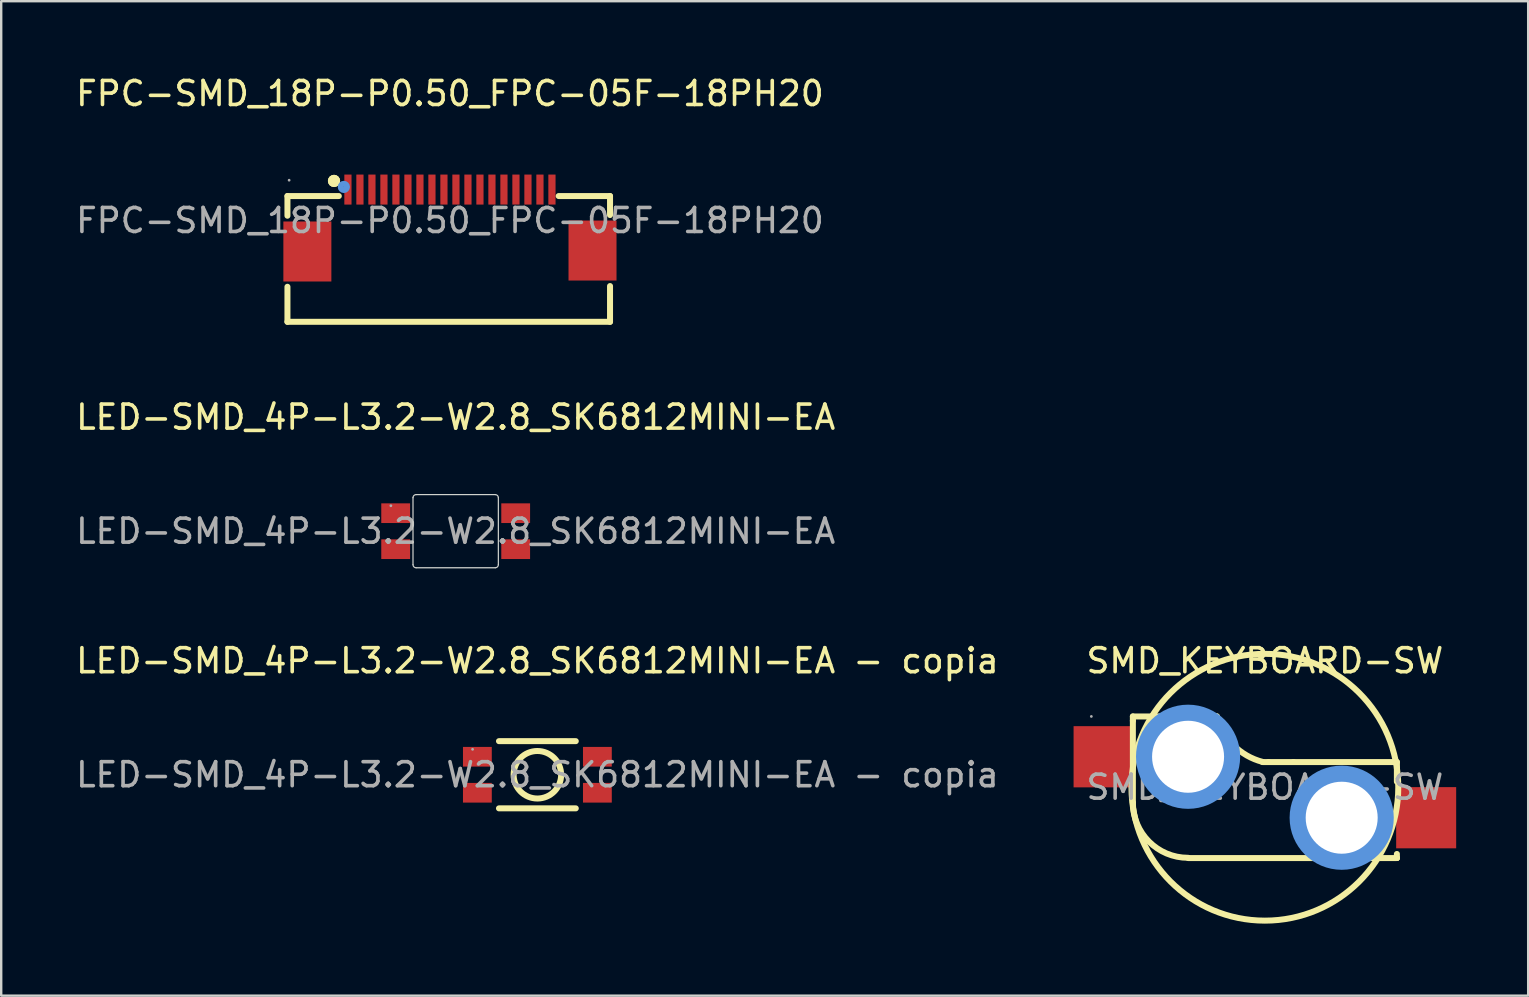
<source format=kicad_pcb>
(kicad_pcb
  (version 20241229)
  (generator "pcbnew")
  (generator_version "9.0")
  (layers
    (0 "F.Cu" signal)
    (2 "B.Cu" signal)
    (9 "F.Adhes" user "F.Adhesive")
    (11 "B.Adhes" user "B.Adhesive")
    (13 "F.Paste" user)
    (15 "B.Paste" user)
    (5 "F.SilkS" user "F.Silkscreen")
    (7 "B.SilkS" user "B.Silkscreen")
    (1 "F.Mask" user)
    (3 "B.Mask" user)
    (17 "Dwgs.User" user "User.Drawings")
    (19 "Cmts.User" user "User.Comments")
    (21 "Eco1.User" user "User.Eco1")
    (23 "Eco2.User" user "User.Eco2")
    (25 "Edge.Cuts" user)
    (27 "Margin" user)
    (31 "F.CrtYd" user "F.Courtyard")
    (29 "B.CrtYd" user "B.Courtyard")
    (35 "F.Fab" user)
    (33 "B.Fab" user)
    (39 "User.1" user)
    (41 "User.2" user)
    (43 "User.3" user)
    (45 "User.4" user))
  (footprint "LED-SMD_4P-L3.2-W2.8_SK6812MINI-EA"
    (layer "F.Cu")
    (at 15.935 19.081)
    (property "Reference" "LED-SMD_4P-L3.2-W2.8_SK6812MINI-EA" (at 0 -4.75 0) (layer "F.SilkS") (effects (font (size 1 1) (thickness 0.15))))
    (attr smd)
    (fp_line (start -1.778 -1.397) (end -1.778 1.397) (stroke (width 0.05) (type default)) (layer "Edge.Cuts"))
    (fp_line (start -1.651 -1.524) (end 1.651 -1.524) (stroke (width 0.05) (type default)) (layer "Edge.Cuts"))
    (fp_line (start -1.651 1.524) (end 1.651 1.524) (stroke (width 0.05) (type default)) (layer "Edge.Cuts"))
    (fp_line (start 1.778 -1.397) (end 1.778 1.397) (stroke (width 0.05) (type default)) (layer "Edge.Cuts"))
    (fp_arc (start -1.778 -1.397) (mid -1.740803 -1.486803) (end -1.651 -1.524) (stroke (width 0.05) (type default)) (layer "Edge.Cuts"))
    (fp_arc (start -1.651 1.524) (mid -1.740803 1.486803) (end -1.778 1.397) (stroke (width 0.05) (type default)) (layer "Edge.Cuts"))
    (fp_arc (start 1.651 -1.524) (mid 1.740803 -1.486803) (end 1.778 -1.397) (stroke (width 0.05) (type default)) (layer "Edge.Cuts"))
    (fp_arc (start 1.778 1.397) (mid 1.740803 1.486803) (end 1.651 1.524) (stroke (width 0.05) (type default)) (layer "Edge.Cuts"))
    (fp_circle (center -2.7 -1.06) (end -2.67 -1.06) (stroke (width 0.06) (type solid)) (fill no) (layer "F.Fab"))
    (fp_text user "${REFERENCE}" (at 0 0 0) (layer "F.Fab") (effects (font (size 1 1) (thickness 0.15))))
    (pad "1" smd rect (at -2.5 0.75 90) (size 0.82 1.2) (layers "F.Cu" "F.Mask" "F.Paste"))
    (pad "2" smd rect (at -2.5 -0.75 90) (size 0.82 1.2) (layers "F.Cu" "F.Mask" "F.Paste"))
    (pad "3" smd rect (at 2.5 -0.75 90) (size 0.82 1.2) (layers "F.Cu" "F.Mask" "F.Paste"))
    (pad "4" smd rect (at 2.5 0.75 90) (size 0.82 1.2) (layers "F.Cu" "F.Mask" "F.Paste")))
  (footprint "SMD_KEYBOARD-SW"
    (layer "F.Cu")
    (at 49.649 29.749)
    (property "Reference" "SMD_KEYBOARD-SW" (at 0 -5.27 0) (layer "F.SilkS") (effects (font (size 1 1) (thickness 0.15))))
    (attr smd)
    (fp_line (start -5.5 -2.95) (end -5.5 -2.77) (stroke (width 0.25) (type solid)) (layer "F.SilkS"))
    (fp_line (start -5.5 -2.95) (end -2 -2.95) (stroke (width 0.25) (type solid)) (layer "F.SilkS"))
    (fp_line (start -5.5 -2.77) (end -5.5 0.64) (stroke (width 0.25) (type solid)) (layer "F.SilkS"))
    (fp_line (start 0.15 -1.05) (end -0.1 -1.05) (stroke (width 0.25) (type solid)) (layer "F.SilkS"))
    (fp_line (start 0.15 -1.05) (end 1.19 -1.05) (stroke (width 0.25) (type solid)) (layer "F.SilkS"))
    (fp_line (start 1.19 -1.05) (end 5.5 -1.05) (stroke (width 0.25) (type solid)) (layer "F.SilkS"))
    (fp_line (start 5.5 -0.8) (end 5.5 -1.05) (stroke (width 0.25) (type solid)) (layer "F.SilkS"))
    (fp_line (start 5.5 -0.8) (end 5.5 -0.23) (stroke (width 0.25) (type solid)) (layer "F.SilkS"))
    (fp_line (start 5.5 2.78) (end 5.5 2.95) (stroke (width 0.25) (type solid)) (layer "F.SilkS"))
    (fp_line (start 5.5 2.95) (end -3.19 2.95) (stroke (width 0.25) (type solid)) (layer "F.SilkS"))
    (fp_arc (start -3.2 2.94) (mid -4.826346 2.266346) (end -5.5 0.64) (stroke (width 0.25) (type solid)) (layer "F.SilkS"))
    (fp_arc (start -0.096053 -1.05635) (mid -1.304697 -1.745109) (end -2 -2.95) (stroke (width 0.25) (type solid)) (layer "F.SilkS"))
    (fp_arc (start 5.49 2.94) (mid 5.497071 2.942929) (end 5.5 2.95) (stroke (width 0.25) (type solid)) (layer "F.SilkS"))
    (fp_arc (start 5.5 -0.8) (mid -5.5 0.8) (end 5.5 -0.8) (stroke (width 0.25) (type solid)) (layer "F.SilkS"))
    (fp_circle (center -3.2 -1.27) (end -2.48 -1.27) (stroke (width 1.45) (type solid)) (fill no) (layer "Cmts.User"))
    (fp_circle (center 3.2 1.27) (end 3.92 1.27) (stroke (width 1.45) (type solid)) (fill no) (layer "Cmts.User"))
    (fp_circle (center -7.23 -2.95) (end -7.2 -2.95) (stroke (width 0.06) (type solid)) (fill no) (layer "F.Fab"))
    (fp_text user "${REFERENCE}" (at 0 0 0) (layer "F.Fab") (effects (font (size 1 1) (thickness 0.15))))
    (pad "" thru_hole circle (at -3.2 -1.27) (size 3 3) (drill 3) (layers "*.Cu" "*.Mask"))
    (pad "" thru_hole circle (at 3.2 1.27) (size 3 3) (drill 3) (layers "*.Cu" "*.Mask"))
    (pad "1" smd rect (at -6.72 -1.27) (size 2.5 2.55) (layers "F.Cu" "F.Mask" "F.Paste"))
    (pad "2" smd rect (at 6.72 1.27) (size 2.5 2.55) (layers "F.Cu" "F.Mask" "F.Paste")))
  (footprint "FPC-SMD_18P-P0.50_FPC-05F-18PH20"
    (layer "F.Cu")
    (at 15.696 6.138)
    (property "Reference" "FPC-SMD_18P-P0.50_FPC-05F-18PH20" (at 0 -5.29 0) (layer "F.SilkS") (effects (font (size 1 1) (thickness 0.15))))
    (attr smd)
    (fp_line (start -6.77 -1.02) (end -4.63 -1.02) (stroke (width 0.25) (type solid)) (layer "F.SilkS"))
    (fp_line (start -6.77 -0.2) (end -6.77 -1.02) (stroke (width 0.25) (type solid)) (layer "F.SilkS"))
    (fp_line (start -6.77 4.22) (end -6.77 2.76) (stroke (width 0.25) (type solid)) (layer "F.SilkS"))
    (fp_line (start 4.53 -1.02) (end 6.67 -1.02) (stroke (width 0.25) (type solid)) (layer "F.SilkS"))
    (fp_line (start 6.67 -1.02) (end 6.67 -0.23) (stroke (width 0.25) (type solid)) (layer "F.SilkS"))
    (fp_line (start 6.67 2.73) (end 6.67 4.22) (stroke (width 0.25) (type solid)) (layer "F.SilkS"))
    (fp_line (start 6.67 4.22) (end -6.77 4.22) (stroke (width 0.25) (type solid)) (layer "F.SilkS"))
    (fp_circle (center -4.83 -1.65) (end -4.7 -1.65) (stroke (width 0.25) (type solid)) (fill no) (layer "F.SilkS"))
    (fp_circle (center -4.83 -1.65) (end -4.7 -1.65) (stroke (width 0.25) (type solid)) (fill no) (layer "F.SilkS"))
    (fp_circle (center -4.42 -1.4) (end -4.29 -1.4) (stroke (width 0.25) (type solid)) (fill no) (layer "Cmts.User"))
    (fp_circle (center -6.7 -1.68) (end -6.67 -1.68) (stroke (width 0.06) (type solid)) (fill no) (layer "F.Fab"))
    (fp_text user "${REFERENCE}" (at 0 0 0) (layer "F.Fab") (effects (font (size 1 1) (thickness 0.15))))
    (pad "1" smd rect (at -4.25 -1.29) (size 0.3 1.25) (layers "F.Cu" "F.Mask" "F.Paste"))
    (pad "2" smd rect (at -3.75 -1.29) (size 0.3 1.25) (layers "F.Cu" "F.Mask" "F.Paste"))
    (pad "3" smd rect (at -3.25 -1.29) (size 0.3 1.25) (layers "F.Cu" "F.Mask" "F.Paste"))
    (pad "4" smd rect (at -2.75 -1.29) (size 0.3 1.25) (layers "F.Cu" "F.Mask" "F.Paste"))
    (pad "5" smd rect (at -2.25 -1.29) (size 0.3 1.25) (layers "F.Cu" "F.Mask" "F.Paste"))
    (pad "6" smd rect (at -1.75 -1.29) (size 0.3 1.25) (layers "F.Cu" "F.Mask" "F.Paste"))
    (pad "7" smd rect (at -1.25 -1.29) (size 0.3 1.25) (layers "F.Cu" "F.Mask" "F.Paste"))
    (pad "8" smd rect (at -0.75 -1.29) (size 0.3 1.25) (layers "F.Cu" "F.Mask" "F.Paste"))
    (pad "9" smd rect (at -0.25 -1.29) (size 0.3 1.25) (layers "F.Cu" "F.Mask" "F.Paste"))
    (pad "10" smd rect (at 0.25 -1.29) (size 0.3 1.25) (layers "F.Cu" "F.Mask" "F.Paste"))
    (pad "11" smd rect (at 0.75 -1.29) (size 0.3 1.25) (layers "F.Cu" "F.Mask" "F.Paste"))
    (pad "12" smd rect (at 1.25 -1.29) (size 0.3 1.25) (layers "F.Cu" "F.Mask" "F.Paste"))
    (pad "13" smd rect (at 1.75 -1.29) (size 0.3 1.25) (layers "F.Cu" "F.Mask" "F.Paste"))
    (pad "14" smd rect (at 2.25 -1.29) (size 0.3 1.25) (layers "F.Cu" "F.Mask" "F.Paste"))
    (pad "15" smd rect (at 2.75 -1.29) (size 0.3 1.25) (layers "F.Cu" "F.Mask" "F.Paste"))
    (pad "16" smd rect (at 3.25 -1.29) (size 0.3 1.25) (layers "F.Cu" "F.Mask" "F.Paste"))
    (pad "17" smd rect (at 3.75 -1.29) (size 0.3 1.25) (layers "F.Cu" "F.Mask" "F.Paste"))
    (pad "18" smd rect (at 4.25 -1.29) (size 0.3 1.25) (layers "F.Cu" "F.Mask" "F.Paste"))
    (pad "19" smd rect (at -5.94 1.29) (size 2 2.5) (layers "F.Cu" "F.Mask" "F.Paste"))
    (pad "20" smd rect (at 5.94 1.25) (size 2 2.5) (layers "F.Cu" "F.Mask" "F.Paste")))
  (footprint "LED-SMD_4P-L3.2-W2.8_SK6812MINI-EA - copia"
    (layer "F.Cu")
    (at 19.339 29.229)
    (property "Reference" "LED-SMD_4P-L3.2-W2.8_SK6812MINI-EA - copia" (at 0 -4.75 0) (layer "F.SilkS") (effects (font (size 1 1) (thickness 0.15))))
    (attr smd)
    (fp_line (start -1.6 -1.4) (end 1.6 -1.4) (stroke (width 0.25) (type solid)) (layer "F.SilkS"))
    (fp_line (start -1.6 1.4) (end 1.6 1.4) (stroke (width 0.25) (type solid)) (layer "F.SilkS"))
    (fp_circle (center 0 0) (end 0.99 0) (stroke (width 0.25) (type solid)) (fill no) (layer "F.SilkS"))
    (fp_circle (center -2.7 -1.06) (end -2.67 -1.06) (stroke (width 0.06) (type solid)) (fill no) (layer "F.Fab"))
    (fp_text user "${REFERENCE}" (at 0 0 0) (layer "F.Fab") (effects (font (size 1 1) (thickness 0.15))))
    (pad "1" smd rect (at -2.5 0.75 90) (size 0.82 1.2) (layers "F.Cu" "F.Mask" "F.Paste"))
    (pad "2" smd rect (at -2.5 -0.75 90) (size 0.82 1.2) (layers "F.Cu" "F.Mask" "F.Paste"))
    (pad "3" smd rect (at 2.5 -0.75 90) (size 0.82 1.2) (layers "F.Cu" "F.Mask" "F.Paste"))
    (pad "4" smd rect (at 2.5 0.75 90) (size 0.82 1.2) (layers "F.Cu" "F.Mask" "F.Paste")))
  (gr_rect
    (start -3 -3)
    (end 60.619 38.432)
    (stroke (width 0.1) (type default))
    (fill no)
    (layer "Edge.Cuts")))
</source>
